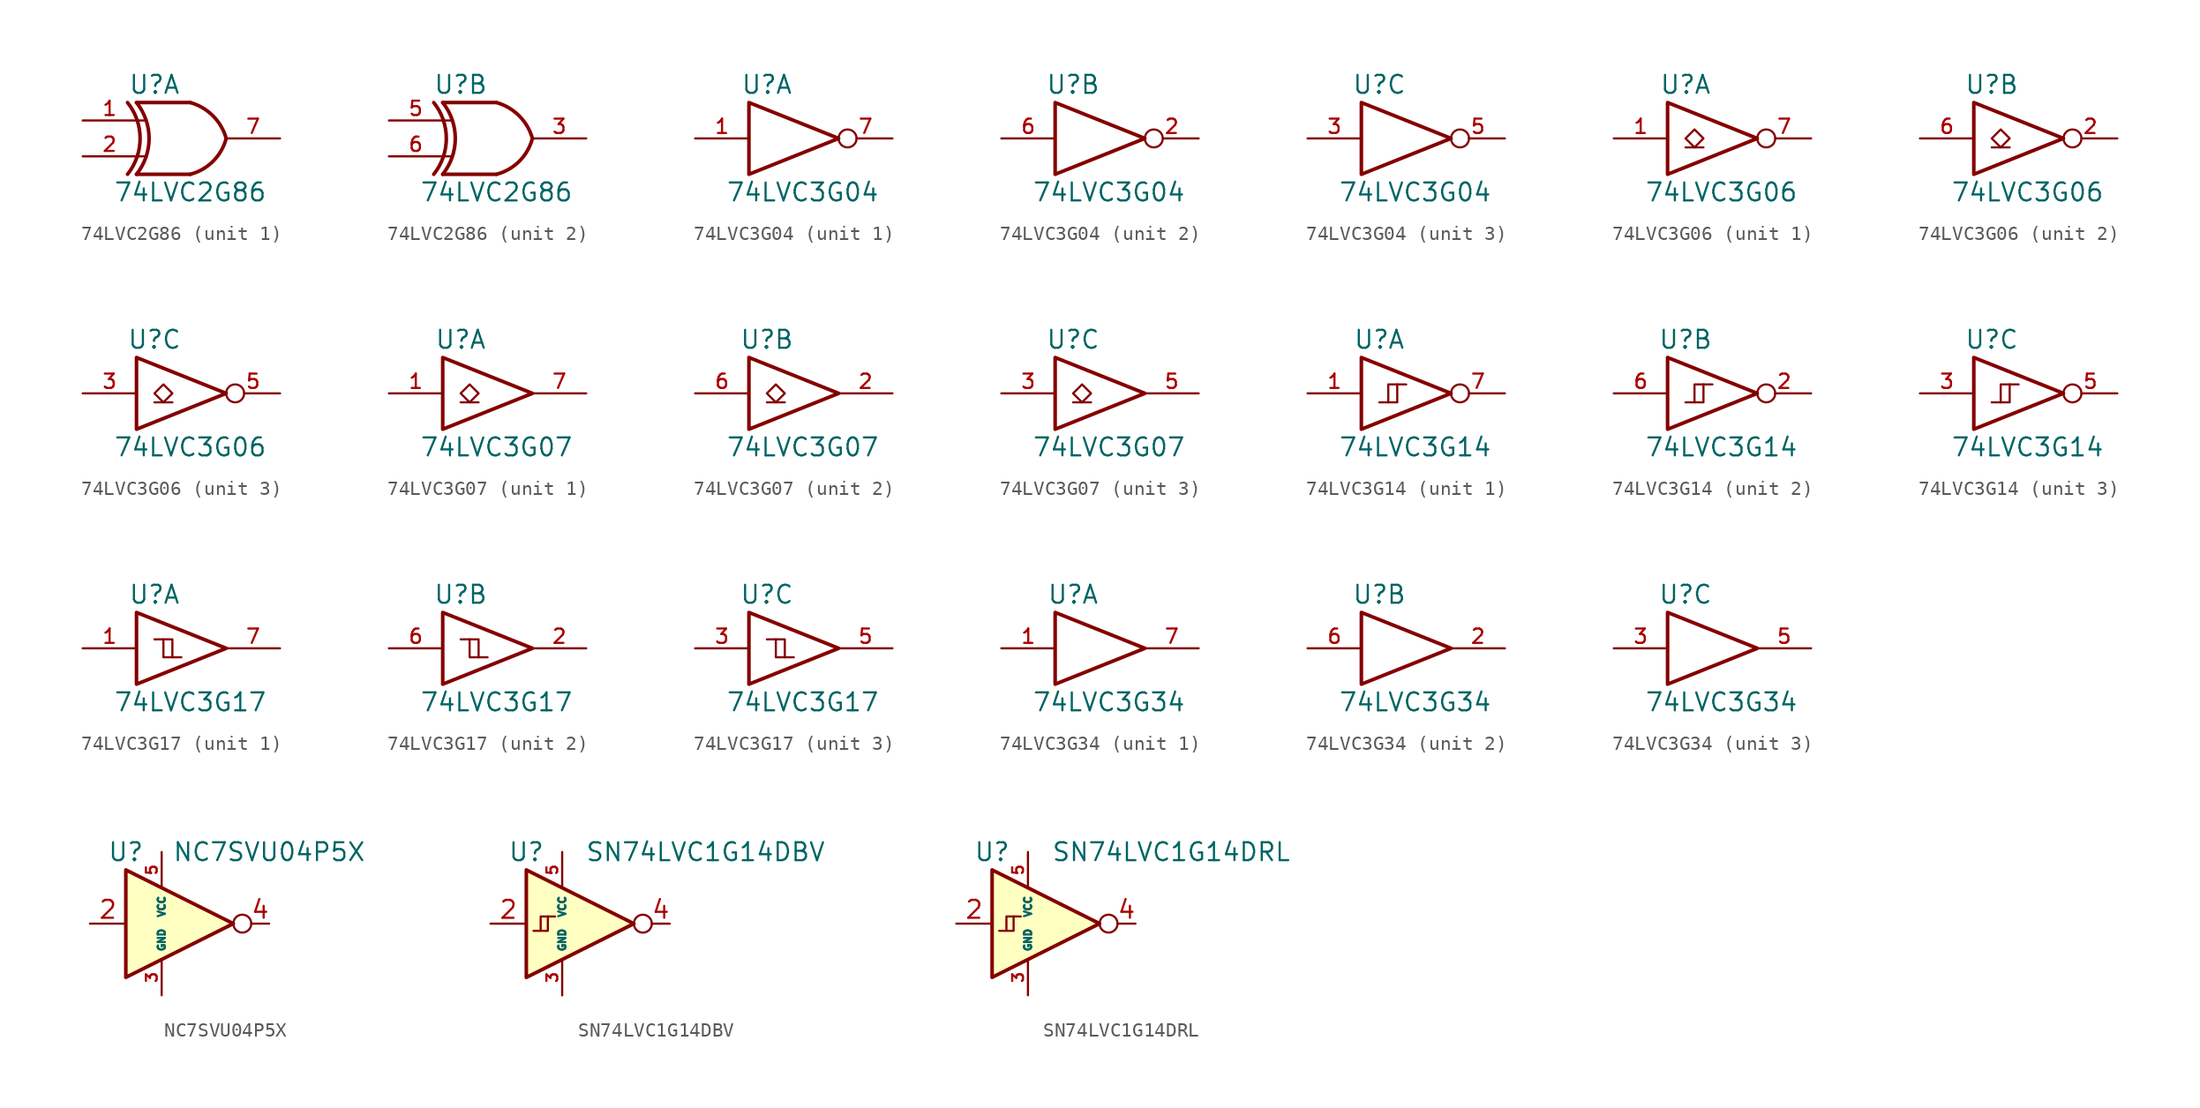
<source format=kicad_sym>
(kicad_symbol_lib
  (version 20200908)
  (generator kicad_symbol_editor)
  (symbol "74xGxx:74LVC2G86"
    (pin_names
      (offset 1.016))
    (property "Reference" "U"
      (at -2.54 3.81 0)
      (effects (font (size 1.27 1.27))))
    (property "Value" "74LVC2G86"
      (at 0 -3.81 0)
      (effects (font (size 1.27 1.27))))
    (symbol "74LVC2G86_0_1"
      (arc (start -4.445 2.54) (end -4.445 -2.54) (radius (at -7.62 0) (length 4.064) (angles 38.6 -38.6)) (stroke (width 0.254)) (fill (type none)))
      (arc (start -3.81 2.54) (end -3.81 -2.54) (radius (at -6.985 0) (length 4.064) (angles 38.6 -38.6)) (stroke (width 0.254)) (fill (type none)))
      (arc (start 0 2.54) (end 2.54 0) (radius (at -0.9652 -0.9398) (length 3.6068) (angles 74.4 15)) (stroke (width 0.254)) (fill (type none)))
      (arc (start 0 -2.54) (end 2.54 0) (radius (at -0.9652 0.9398) (length 3.6068) (angles -74.4 -15)) (stroke (width 0.254)) (fill (type none)))
      (polyline (pts (xy -3.81 -1.27) (xy -3.175 -1.27)) (stroke (width 0)) (fill (type none)))
      (polyline (pts (xy -3.81 1.27) (xy -3.175 1.27)) (stroke (width 0)) (fill (type none)))
      (polyline (pts (xy 0 -2.54) (xy -3.81 -2.54)) (stroke (width 0.254)) (fill (type background)))
      (polyline (pts (xy 0 2.54) (xy -3.81 2.54)) (stroke (width 0.254)) (fill (type background)))
      (pin power_in line (at 0 -2.54 270) (length 0) hide (name "GND" (effects (font (size 1.016 1.016)))) (number "4" (effects (font (size 1.016 1.016)))))
      (pin power_in line (at 0 2.54 90) (length 0) hide (name "VCC" (effects (font (size 1.016 1.016)))) (number "8" (effects (font (size 1.016 1.016))))))
    (symbol "74LVC2G86_1_1"
      (pin input line (at -7.62 1.27 0) (length 3.81) (name "~" (effects (font (size 1.016 1.016)))) (number "1" (effects (font (size 1.016 1.016)))))
      (pin input line (at -7.62 -1.27 0) (length 3.81) (name "~" (effects (font (size 1.016 1.016)))) (number "2" (effects (font (size 1.016 1.016)))))
      (pin output line (at 6.35 0 180) (length 3.81) (name "~" (effects (font (size 1.016 1.016)))) (number "7" (effects (font (size 1.016 1.016))))))
    (symbol "74LVC2G86_2_1"
      (pin output line (at 6.35 0 180) (length 3.81) (name "~" (effects (font (size 1.016 1.016)))) (number "3" (effects (font (size 1.016 1.016)))))
      (pin input line (at -7.62 1.27 0) (length 3.81) (name "~" (effects (font (size 1.016 1.016)))) (number "5" (effects (font (size 1.016 1.016)))))
      (pin input line (at -7.62 -1.27 0) (length 3.81) (name "~" (effects (font (size 1.016 1.016)))) (number "6" (effects (font (size 1.016 1.016)))))))
  (symbol "74xGxx:74LVC3G04"
    (pin_names
      (offset 1.016))
    (property "Reference" "U"
      (at -2.54 3.81 0)
      (effects (font (size 1.27 1.27))))
    (property "Value" "74LVC3G04"
      (at 0 -3.81 0)
      (effects (font (size 1.27 1.27))))
    (symbol "74LVC3G04_0_1"
      (polyline (pts (xy -3.81 2.54) (xy -3.81 -2.54) (xy 2.54 0) (xy -3.81 2.54)) (stroke (width 0.254)) (fill (type none)))
      (pin power_in line (at 0 -2.54 270) (length 0) hide (name "GND" (effects (font (size 1.016 1.016)))) (number "4" (effects (font (size 1.016 1.016)))))
      (pin power_in line (at 0 2.54 90) (length 0) hide (name "VCC" (effects (font (size 1.016 1.016)))) (number "8" (effects (font (size 1.016 1.016))))))
    (symbol "74LVC3G04_1_1"
      (pin input line (at -7.62 0 0) (length 3.81) (name "~" (effects (font (size 1.016 1.016)))) (number "1" (effects (font (size 1.016 1.016)))))
      (pin output inverted (at 6.35 0 180) (length 3.81) (name "~" (effects (font (size 1.016 1.016)))) (number "7" (effects (font (size 1.016 1.016))))))
    (symbol "74LVC3G04_2_1"
      (pin output inverted (at 6.35 0 180) (length 3.81) (name "~" (effects (font (size 1.016 1.016)))) (number "2" (effects (font (size 1.016 1.016)))))
      (pin input line (at -7.62 0 0) (length 3.81) (name "~" (effects (font (size 1.016 1.016)))) (number "6" (effects (font (size 1.016 1.016))))))
    (symbol "74LVC3G04_3_1"
      (pin input line (at -7.62 0 0) (length 3.81) (name "~" (effects (font (size 1.016 1.016)))) (number "3" (effects (font (size 1.016 1.016)))))
      (pin output inverted (at 6.35 0 180) (length 3.81) (name "~" (effects (font (size 1.016 1.016)))) (number "5" (effects (font (size 1.016 1.016)))))))
  (symbol "74xGxx:74LVC3G06"
    (pin_names
      (offset 1.016))
    (property "Reference" "U"
      (at -2.54 3.81 0)
      (effects (font (size 1.27 1.27))))
    (property "Value" "74LVC3G06"
      (at 0 -3.81 0)
      (effects (font (size 1.27 1.27))))
    (symbol "74LVC3G06_0_1"
      (polyline (pts (xy -2.54 -0.635) (xy -1.27 -0.635)) (stroke (width 0)) (fill (type none)))
      (polyline (pts (xy -3.81 2.54) (xy -3.81 -2.54) (xy 2.54 0) (xy -3.81 2.54)) (stroke (width 0.254)) (fill (type none)))
      (polyline (pts (xy -1.905 0.635) (xy -2.54 0) (xy -1.905 -0.635) (xy -1.27 0) (xy -1.905 0.635)) (stroke (width 0)) (fill (type none)))
      (pin power_in line (at 0 -2.54 270) (length 0) hide (name "GND" (effects (font (size 1.016 1.016)))) (number "4" (effects (font (size 1.016 1.016)))))
      (pin power_in line (at 0 2.54 90) (length 0) hide (name "VCC" (effects (font (size 1.016 1.016)))) (number "8" (effects (font (size 1.016 1.016))))))
    (symbol "74LVC3G06_1_1"
      (pin input line (at -7.62 0 0) (length 3.81) (name "~" (effects (font (size 1.016 1.016)))) (number "1" (effects (font (size 1.016 1.016)))))
      (pin open_collector inverted (at 6.35 0 180) (length 3.81) (name "~" (effects (font (size 1.016 1.016)))) (number "7" (effects (font (size 1.016 1.016))))))
    (symbol "74LVC3G06_2_1"
      (pin open_collector inverted (at 6.35 0 180) (length 3.81) (name "~" (effects (font (size 1.016 1.016)))) (number "2" (effects (font (size 1.016 1.016)))))
      (pin input line (at -7.62 0 0) (length 3.81) (name "~" (effects (font (size 1.016 1.016)))) (number "6" (effects (font (size 1.016 1.016))))))
    (symbol "74LVC3G06_3_1"
      (pin input line (at -7.62 0 0) (length 3.81) (name "~" (effects (font (size 1.016 1.016)))) (number "3" (effects (font (size 1.016 1.016)))))
      (pin open_collector inverted (at 6.35 0 180) (length 3.81) (name "~" (effects (font (size 1.016 1.016)))) (number "5" (effects (font (size 1.016 1.016)))))))
  (symbol "74xGxx:74LVC3G07"
    (pin_names
      (offset 1.016))
    (property "Reference" "U"
      (at -2.54 3.81 0)
      (effects (font (size 1.27 1.27))))
    (property "Value" "74LVC3G07"
      (at 0 -3.81 0)
      (effects (font (size 1.27 1.27))))
    (symbol "74LVC3G07_0_1"
      (polyline (pts (xy -2.54 -0.635) (xy -1.27 -0.635)) (stroke (width 0)) (fill (type none)))
      (polyline (pts (xy -3.81 2.54) (xy -3.81 -2.54) (xy 2.54 0) (xy -3.81 2.54)) (stroke (width 0.254)) (fill (type none)))
      (polyline (pts (xy -1.905 0.635) (xy -2.54 0) (xy -1.905 -0.635) (xy -1.27 0) (xy -1.905 0.635)) (stroke (width 0)) (fill (type none)))
      (pin power_in line (at 0 -2.54 270) (length 0) hide (name "GND" (effects (font (size 1.016 1.016)))) (number "4" (effects (font (size 1.016 1.016)))))
      (pin power_in line (at 0 2.54 90) (length 0) hide (name "VCC" (effects (font (size 1.016 1.016)))) (number "8" (effects (font (size 1.016 1.016))))))
    (symbol "74LVC3G07_1_1"
      (pin input line (at -7.62 0 0) (length 3.81) (name "~" (effects (font (size 1.016 1.016)))) (number "1" (effects (font (size 1.016 1.016)))))
      (pin open_collector line (at 6.35 0 180) (length 3.81) (name "~" (effects (font (size 1.016 1.016)))) (number "7" (effects (font (size 1.016 1.016))))))
    (symbol "74LVC3G07_2_1"
      (pin open_collector line (at 6.35 0 180) (length 3.81) (name "~" (effects (font (size 1.016 1.016)))) (number "2" (effects (font (size 1.016 1.016)))))
      (pin input line (at -7.62 0 0) (length 3.81) (name "~" (effects (font (size 1.016 1.016)))) (number "6" (effects (font (size 1.016 1.016))))))
    (symbol "74LVC3G07_3_1"
      (pin input line (at -7.62 0 0) (length 3.81) (name "~" (effects (font (size 1.016 1.016)))) (number "3" (effects (font (size 1.016 1.016)))))
      (pin open_collector line (at 6.35 0 180) (length 3.81) (name "~" (effects (font (size 1.016 1.016)))) (number "5" (effects (font (size 1.016 1.016)))))))
  (symbol "74xGxx:74LVC3G14"
    (pin_names
      (offset 1.016))
    (property "Reference" "U"
      (at -2.54 3.81 0)
      (effects (font (size 1.27 1.27))))
    (property "Value" "74LVC3G14"
      (at 0 -3.81 0)
      (effects (font (size 1.27 1.27))))
    (symbol "74LVC3G14_0_1"
      (polyline (pts (xy -1.905 -0.635) (xy -1.27 -0.635) (xy -1.27 0.635)) (stroke (width 0)) (fill (type none)))
      (polyline (pts (xy -3.81 2.54) (xy -3.81 -2.54) (xy 2.54 0) (xy -3.81 2.54)) (stroke (width 0.254)) (fill (type none)))
      (polyline (pts (xy -2.54 -0.635) (xy -1.905 -0.635) (xy -1.905 0.635) (xy -0.635 0.635)) (stroke (width 0)) (fill (type none)))
      (pin power_in line (at 0 -2.54 270) (length 0) hide (name "GND" (effects (font (size 1.016 1.016)))) (number "4" (effects (font (size 1.016 1.016)))))
      (pin power_in line (at 0 2.54 90) (length 0) hide (name "VCC" (effects (font (size 1.016 1.016)))) (number "8" (effects (font (size 1.016 1.016))))))
    (symbol "74LVC3G14_1_1"
      (pin input line (at -7.62 0 0) (length 3.81) (name "~" (effects (font (size 1.016 1.016)))) (number "1" (effects (font (size 1.016 1.016)))))
      (pin output inverted (at 6.35 0 180) (length 3.81) (name "~" (effects (font (size 1.016 1.016)))) (number "7" (effects (font (size 1.016 1.016))))))
    (symbol "74LVC3G14_2_1"
      (pin output inverted (at 6.35 0 180) (length 3.81) (name "~" (effects (font (size 1.016 1.016)))) (number "2" (effects (font (size 1.016 1.016)))))
      (pin input line (at -7.62 0 0) (length 3.81) (name "~" (effects (font (size 1.016 1.016)))) (number "6" (effects (font (size 1.016 1.016))))))
    (symbol "74LVC3G14_3_1"
      (pin input line (at -7.62 0 0) (length 3.81) (name "~" (effects (font (size 1.016 1.016)))) (number "3" (effects (font (size 1.016 1.016)))))
      (pin output inverted (at 6.35 0 180) (length 3.81) (name "~" (effects (font (size 1.016 1.016)))) (number "5" (effects (font (size 1.016 1.016)))))))
  (symbol "74xGxx:74LVC3G17"
    (pin_names
      (offset 1.016))
    (property "Reference" "U"
      (at -2.54 3.81 0)
      (effects (font (size 1.27 1.27))))
    (property "Value" "74LVC3G17"
      (at 0 -3.81 0)
      (effects (font (size 1.27 1.27))))
    (symbol "74LVC3G17_0_1"
      (polyline (pts (xy -1.905 0.635) (xy -1.27 0.635) (xy -1.27 -0.635)) (stroke (width 0)) (fill (type none)))
      (polyline (pts (xy -3.81 2.54) (xy -3.81 -2.54) (xy 2.54 0) (xy -3.81 2.54)) (stroke (width 0.254)) (fill (type none)))
      (polyline (pts (xy -2.54 0.635) (xy -1.905 0.635) (xy -1.905 -0.635) (xy -0.635 -0.635)) (stroke (width 0)) (fill (type none)))
      (pin power_in line (at 0 -2.54 270) (length 0) hide (name "GND" (effects (font (size 1.016 1.016)))) (number "4" (effects (font (size 1.016 1.016)))))
      (pin power_in line (at 0 2.54 90) (length 0) hide (name "VCC" (effects (font (size 1.016 1.016)))) (number "8" (effects (font (size 1.016 1.016))))))
    (symbol "74LVC3G17_1_1"
      (pin input line (at -7.62 0 0) (length 3.81) (name "~" (effects (font (size 1.016 1.016)))) (number "1" (effects (font (size 1.016 1.016)))))
      (pin output line (at 6.35 0 180) (length 3.81) (name "~" (effects (font (size 1.016 1.016)))) (number "7" (effects (font (size 1.016 1.016))))))
    (symbol "74LVC3G17_2_1"
      (pin output line (at 6.35 0 180) (length 3.81) (name "~" (effects (font (size 1.016 1.016)))) (number "2" (effects (font (size 1.016 1.016)))))
      (pin input line (at -7.62 0 0) (length 3.81) (name "~" (effects (font (size 1.016 1.016)))) (number "6" (effects (font (size 1.016 1.016))))))
    (symbol "74LVC3G17_3_1"
      (pin input line (at -7.62 0 0) (length 3.81) (name "~" (effects (font (size 1.016 1.016)))) (number "3" (effects (font (size 1.016 1.016)))))
      (pin output line (at 6.35 0 180) (length 3.81) (name "~" (effects (font (size 1.016 1.016)))) (number "5" (effects (font (size 1.016 1.016)))))))
  (symbol "74xGxx:74LVC3G34"
    (pin_names
      (offset 1.016))
    (property "Reference" "U"
      (at -2.54 3.81 0)
      (effects (font (size 1.27 1.27))))
    (property "Value" "74LVC3G34"
      (at 0 -3.81 0)
      (effects (font (size 1.27 1.27))))
    (symbol "74LVC3G34_0_1"
      (polyline (pts (xy -3.81 2.54) (xy -3.81 -2.54) (xy 2.54 0) (xy -3.81 2.54)) (stroke (width 0.254)) (fill (type none)))
      (pin power_in line (at 0 -2.54 270) (length 0) hide (name "GND" (effects (font (size 1.016 1.016)))) (number "4" (effects (font (size 1.016 1.016)))))
      (pin power_in line (at 0 2.54 90) (length 0) hide (name "VCC" (effects (font (size 1.016 1.016)))) (number "8" (effects (font (size 1.016 1.016))))))
    (symbol "74LVC3G34_1_1"
      (pin input line (at -7.62 0 0) (length 3.81) (name "~" (effects (font (size 1.016 1.016)))) (number "1" (effects (font (size 1.016 1.016)))))
      (pin output line (at 6.35 0 180) (length 3.81) (name "~" (effects (font (size 1.016 1.016)))) (number "7" (effects (font (size 1.016 1.016))))))
    (symbol "74LVC3G34_2_1"
      (pin output line (at 6.35 0 180) (length 3.81) (name "~" (effects (font (size 1.016 1.016)))) (number "2" (effects (font (size 1.016 1.016)))))
      (pin input line (at -7.62 0 0) (length 3.81) (name "~" (effects (font (size 1.016 1.016)))) (number "6" (effects (font (size 1.016 1.016))))))
    (symbol "74LVC3G34_3_1"
      (pin input line (at -7.62 0 0) (length 3.81) (name "~" (effects (font (size 1.016 1.016)))) (number "3" (effects (font (size 1.016 1.016)))))
      (pin output line (at 6.35 0 180) (length 3.81) (name "~" (effects (font (size 1.016 1.016)))) (number "5" (effects (font (size 1.016 1.016)))))))
  (symbol "74xGxx:NC7SVU04P5X"
    (property "Reference" "U"
      (at -2.54 5.08 0)
      (effects (font (size 1.27 1.27))))
    (property "Value" "NC7SVU04P5X"
      (at 7.62 5.08 0)
      (effects (font (size 1.27 1.27))))
    (symbol "NC7SVU04P5X_0_1"
      (circle (center 5.715 0) (radius 0.635) (stroke (width 0)) (fill (type none)))
      (polyline (pts (xy -2.54 3.81) (xy -2.54 -3.81) (xy 5.08 0) (xy -2.54 3.81)) (stroke (width 0.254)) (fill (type background))))
    (symbol "NC7SVU04P5X_1_1"
      (pin unconnected line (at 5.08 0 180) (length 2.54) hide (name "NC" (effects (font (size 1.27 1.27)))) (number "1" (effects (font (size 1.27 1.27)))))
      (pin input line (at -5.08 0 0) (length 2.54) (name "~" (effects (font (size 1.27 1.27)))) (number "2" (effects (font (size 1.27 1.27)))))
      (pin power_in line (at 0 -5.08 90) (length 2.54) (name "GND" (effects (font (size 0.508 0.508)))) (number "3" (effects (font (size 0.762 0.762)))))
      (pin output line (at 7.62 0 180) (length 1.27) (name "~" (effects (font (size 1.27 1.27)))) (number "4" (effects (font (size 1.27 1.27)))))
      (pin power_in line (at 0 5.08 270) (length 2.54) (name "VCC" (effects (font (size 0.508 0.508)))) (number "5" (effects (font (size 0.762 0.762)))))))
  (symbol "74xGxx:SN74LVC1G14DBV"
    (property "Reference" "U"
      (at -2.54 5.08 0)
      (effects (font (size 1.27 1.27))))
    (property "Value" "SN74LVC1G14DBV"
      (at 10.16 5.08 0)
      (effects (font (size 1.27 1.27))))
    (symbol "SN74LVC1G14DBV_0_1"
      (circle (center 5.715 0) (radius 0.635) (stroke (width 0)) (fill (type none)))
      (polyline (pts (xy -1.016 0.508) (xy -0.508 0.508)) (stroke (width 0)) (fill (type none)))
      (polyline (pts (xy -2.54 3.81) (xy -2.54 -3.81) (xy 5.08 0) (xy -2.54 3.81)) (stroke (width 0.254)) (fill (type background)))
      (polyline (pts (xy -1.524 -0.508) (xy -1.524 0.508) (xy -1.016 0.508) (xy -1.016 -0.508) (xy -2.032 -0.508)) (stroke (width 0)) (fill (type none))))
    (symbol "SN74LVC1G14DBV_1_1"
      (pin unconnected line (at 5.08 0 180) (length 2.54) hide (name "NC" (effects (font (size 1.27 1.27)))) (number "1" (effects (font (size 1.27 1.27)))))
      (pin input line (at -5.08 0 0) (length 2.54) (name "~" (effects (font (size 1.27 1.27)))) (number "2" (effects (font (size 1.27 1.27)))))
      (pin power_in line (at 0 -5.08 90) (length 2.54) (name "GND" (effects (font (size 0.508 0.508)))) (number "3" (effects (font (size 0.762 0.762)))))
      (pin output line (at 7.62 0 180) (length 1.27) (name "~" (effects (font (size 1.27 1.27)))) (number "4" (effects (font (size 1.27 1.27)))))
      (pin power_in line (at 0 5.08 270) (length 2.54) (name "VCC" (effects (font (size 0.508 0.508)))) (number "5" (effects (font (size 0.762 0.762)))))))
  (symbol "74xGxx:SN74LVC1G14DRL"
    (property "Reference" "U"
      (at -2.54 5.08 0)
      (effects (font (size 1.27 1.27))))
    (property "Value" "SN74LVC1G14DRL"
      (at 10.16 5.08 0)
      (effects (font (size 1.27 1.27))))
    (symbol "SN74LVC1G14DRL_0_1"
      (circle (center 5.715 0) (radius 0.635) (stroke (width 0)) (fill (type none)))
      (polyline (pts (xy -1.016 0.508) (xy -0.508 0.508)) (stroke (width 0)) (fill (type none)))
      (polyline (pts (xy -2.54 3.81) (xy -2.54 -3.81) (xy 5.08 0) (xy -2.54 3.81)) (stroke (width 0.254)) (fill (type background)))
      (polyline (pts (xy -1.524 -0.508) (xy -1.524 0.508) (xy -1.016 0.508) (xy -1.016 -0.508) (xy -2.032 -0.508)) (stroke (width 0)) (fill (type none))))
    (symbol "SN74LVC1G14DRL_1_1"
      (pin unconnected line (at 5.08 0 180) (length 2.54) hide (name "NC" (effects (font (size 1.27 1.27)))) (number "1" (effects (font (size 1.27 1.27)))))
      (pin input line (at -5.08 0 0) (length 2.54) (name "~" (effects (font (size 1.27 1.27)))) (number "2" (effects (font (size 1.27 1.27)))))
      (pin power_in line (at 0 -5.08 90) (length 2.54) (name "GND" (effects (font (size 0.508 0.508)))) (number "3" (effects (font (size 0.762 0.762)))))
      (pin output line (at 7.62 0 180) (length 1.27) (name "~" (effects (font (size 1.27 1.27)))) (number "4" (effects (font (size 1.27 1.27)))))
      (pin power_in line (at 0 5.08 270) (length 2.54) (name "VCC" (effects (font (size 0.508 0.508)))) (number "5" (effects (font (size 0.762 0.762))))))))
</source>
